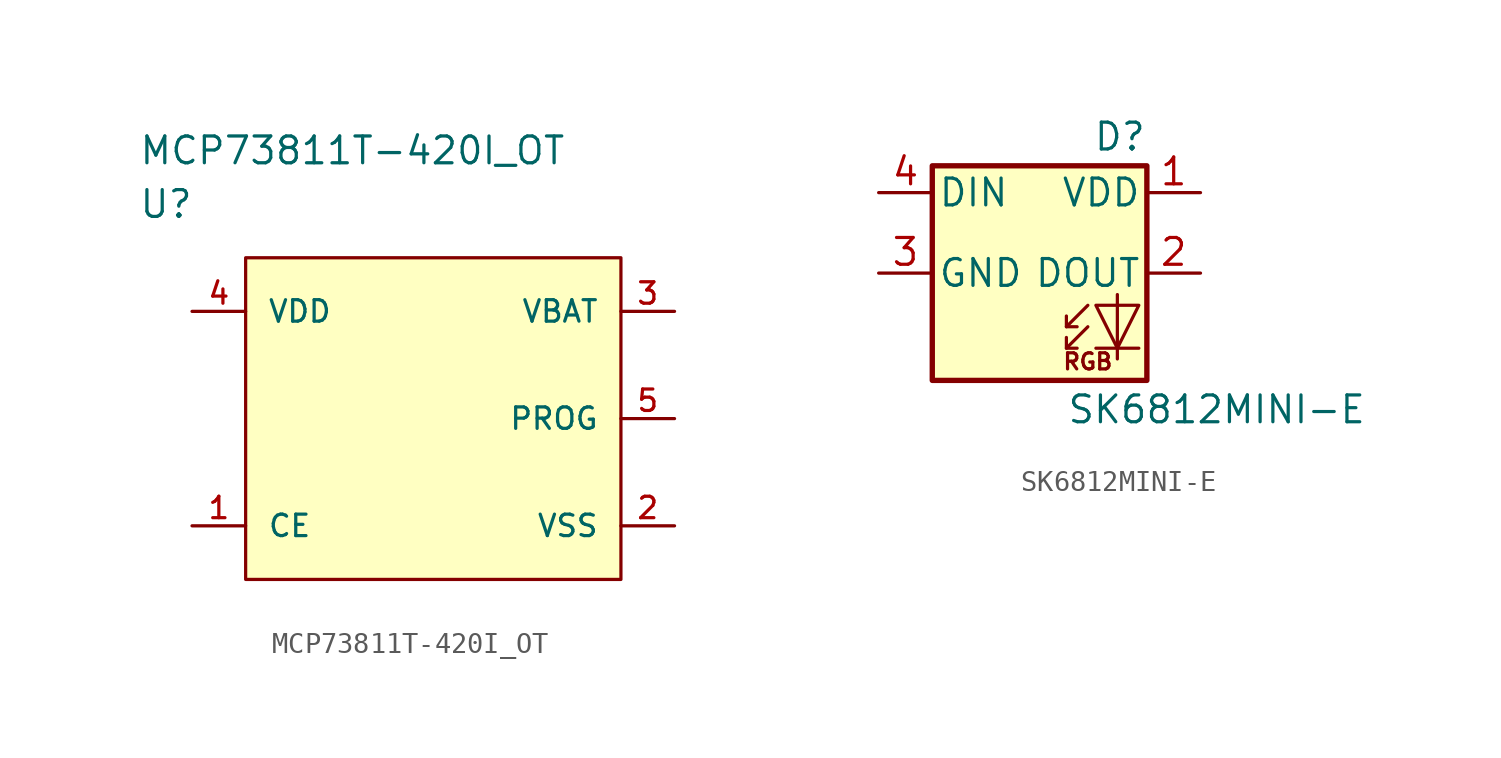
<source format=kicad_sym>
(kicad_symbol_lib
  (version 20220914)
  (generator kicad_symbol_editor)
  (symbol "MCP73811T-420I_OT"
    (pin_names
      (offset 1.016))
    (property "Reference" "U"
      (at 0 5.08 0)
      (effects (font (size 1.27 1.27)) (justify left)))
    (property "Value" "MCP73811T-420I_OT"
      (at 0 7.62 0)
      (effects (font (size 1.27 1.27)) (justify left)))
    (property "ki_locked" ""
      (at 0 0 0)
      (effects (font (size 1.27 1.27))))
    (symbol "MCP73811T-420I_OT_1_1"
      (rectangle (start 5.08 2.54) (end 22.86 -12.7) (stroke (width 0) (type solid)) (fill (type background)))
      (pin input line (at 2.54 -10.16 0) (length 2.54) (name "CE" (effects (font (size 1.016 1.016)))) (number "1" (effects (font (size 1.016 1.016)))))
      (pin power_in line (at 25.4 -10.16 180) (length 2.54) (name "VSS" (effects (font (size 1.016 1.016)))) (number "2" (effects (font (size 1.016 1.016)))))
      (pin power_in line (at 25.4 0 180) (length 2.54) (name "VBAT" (effects (font (size 1.016 1.016)))) (number "3" (effects (font (size 1.016 1.016)))))
      (pin power_in line (at 2.54 0 0) (length 2.54) (name "VDD" (effects (font (size 1.016 1.016)))) (number "4" (effects (font (size 1.016 1.016)))))
      (pin input line (at 25.4 -5.08 180) (length 2.54) (name "PROG" (effects (font (size 1.016 1.016)))) (number "5" (effects (font (size 1.016 1.016)))))))
  (symbol "SK6812MINI-E"
    (pin_names
      (offset 0.254))
    (property "Reference" "D"
      (at 5.08 5.715 0)
      (effects (font (size 1.27 1.27)) (justify right bottom)))
    (property "Value" "SK6812MINI-E"
      (at 1.27 -5.715 0)
      (effects (font (size 1.27 1.27)) (justify left top)))
    (symbol "SK6812MINI-E_0_0"
      (text "RGB" (at 2.286 -4.191 0) (effects (font (size 0.762 0.762)))))
    (symbol "SK6812MINI-E_0_1"
      (polyline (pts (xy 1.27 -3.556) (xy 1.778 -3.556)) (stroke (width 0) (type default)) (fill (type none)))
      (polyline (pts (xy 1.27 -2.54) (xy 1.778 -2.54)) (stroke (width 0) (type default)) (fill (type none)))
      (polyline (pts (xy 4.699 -3.556) (xy 2.667 -3.556)) (stroke (width 0) (type default)) (fill (type none)))
      (polyline (pts (xy 2.286 -2.54) (xy 1.27 -3.556) (xy 1.27 -3.048)) (stroke (width 0) (type default)) (fill (type none)))
      (polyline (pts (xy 2.286 -1.524) (xy 1.27 -2.54) (xy 1.27 -2.032)) (stroke (width 0) (type default)) (fill (type none)))
      (polyline (pts (xy 3.683 -1.016) (xy 3.683 -3.556) (xy 3.683 -4.064)) (stroke (width 0) (type default)) (fill (type none)))
      (polyline (pts (xy 4.699 -1.524) (xy 2.667 -1.524) (xy 3.683 -3.556) (xy 4.699 -1.524)) (stroke (width 0) (type default)) (fill (type none)))
      (rectangle (start 5.08 5.08) (end -5.08 -5.08) (stroke (width 0.254) (type default)) (fill (type background))))
    (symbol "SK6812MINI-E_1_1"
      (pin power_in line (at 7.62 3.81 180) (length 2.54) (name "VDD" (effects (font (size 1.27 1.27)))) (number "1" (effects (font (size 1.27 1.27)))))
      (pin output line (at 7.62 0 180) (length 2.54) (name "DOUT" (effects (font (size 1.27 1.27)))) (number "2" (effects (font (size 1.27 1.27)))))
      (pin power_in line (at -7.62 0 0) (length 2.54) (name "GND" (effects (font (size 1.27 1.27)))) (number "3" (effects (font (size 1.27 1.27)))))
      (pin input line (at -7.62 3.81 0) (length 2.54) (name "DIN" (effects (font (size 1.27 1.27)))) (number "4" (effects (font (size 1.27 1.27))))))))
</source>
